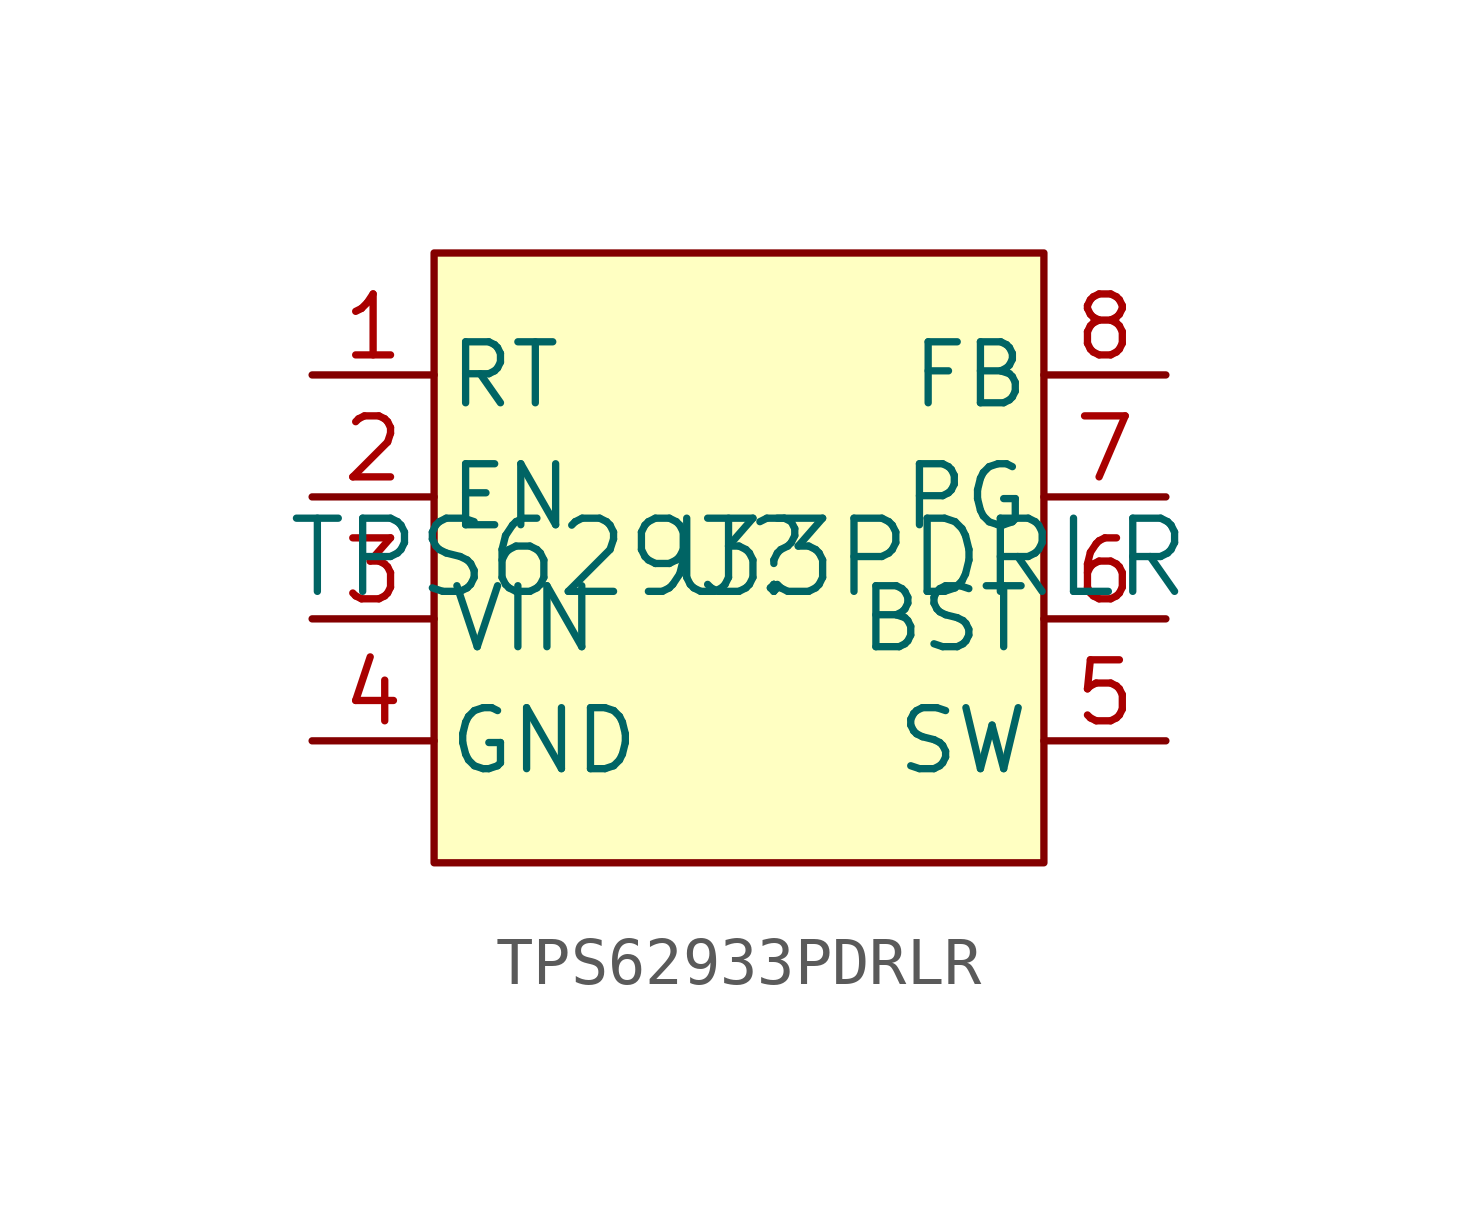
<source format=kicad_sym>
(kicad_symbol_lib
  (version 20220914)
  (generator kicad_symbol_editor)
  (symbol "TPS62933PDRLR"
    (pin_names
      (offset 0.254))
    (property "Reference" "U"
      (at 0 0 0)
      (effects (font (size 1.524 1.524))))
    (property "Value" "TPS62933PDRLR"
      (at 0 0 0)
      (effects (font (size 1.524 1.524))))
    (property "ki_locked" ""
      (at 0 0 0)
      (effects (font (size 1.27 1.27))))
    (symbol "TPS62933PDRLR_1_1"
      (rectangle (start -6.35 6.35) (end 6.35 -6.35) (stroke (width 0) (type default)) (fill (type background)))
      (pin unspecified line (at -8.89 3.81 0) (length 2.54) (name "RT" (effects (font (size 1.27 1.27)))) (number "1" (effects (font (size 1.27 1.27)))))
      (pin unspecified line (at -8.89 1.27 0) (length 2.54) (name "EN" (effects (font (size 1.27 1.27)))) (number "2" (effects (font (size 1.27 1.27)))))
      (pin power_in line (at -8.89 -1.27 0) (length 2.54) (name "VIN" (effects (font (size 1.27 1.27)))) (number "3" (effects (font (size 1.27 1.27)))))
      (pin power_out line (at -8.89 -3.81 0) (length 2.54) (name "GND" (effects (font (size 1.27 1.27)))) (number "4" (effects (font (size 1.27 1.27)))))
      (pin power_in line (at 8.89 -3.81 180) (length 2.54) (name "SW" (effects (font (size 1.27 1.27)))) (number "5" (effects (font (size 1.27 1.27)))))
      (pin power_in line (at 8.89 -1.27 180) (length 2.54) (name "BST" (effects (font (size 1.27 1.27)))) (number "6" (effects (font (size 1.27 1.27)))))
      (pin unspecified line (at 8.89 1.27 180) (length 2.54) (name "PG" (effects (font (size 1.27 1.27)))) (number "7" (effects (font (size 1.27 1.27)))))
      (pin unspecified line (at 8.89 3.81 180) (length 2.54) (name "FB" (effects (font (size 1.27 1.27)))) (number "8" (effects (font (size 1.27 1.27))))))))
</source>
